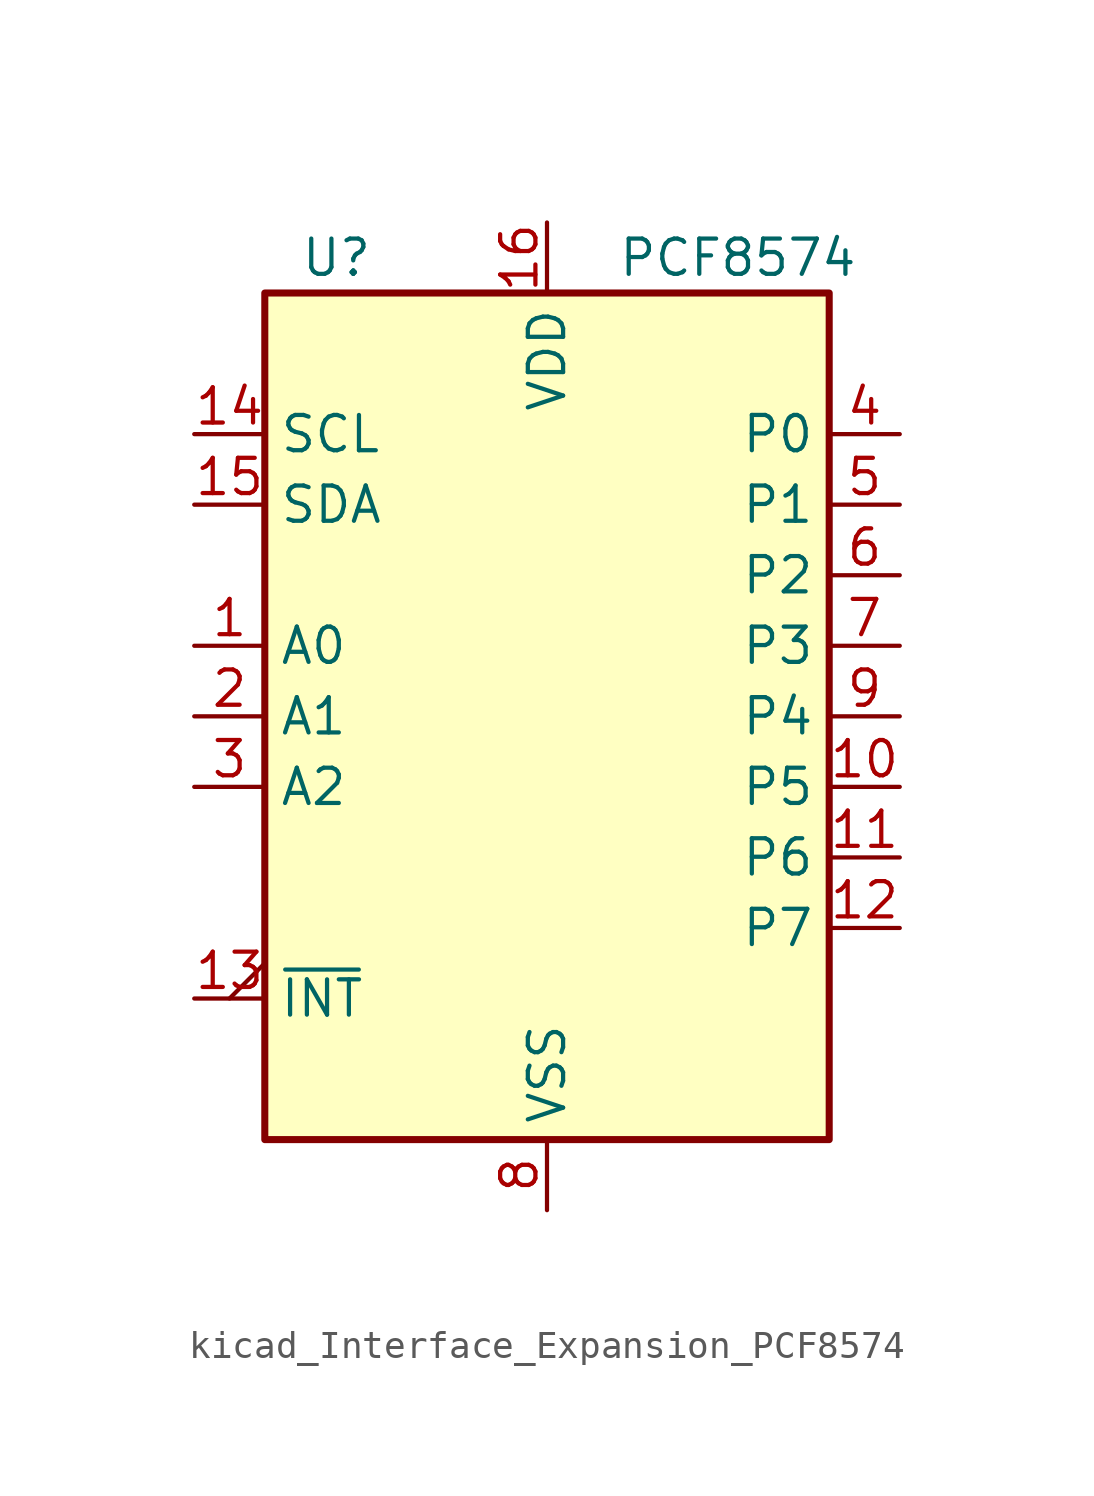
<source format=kicad_sym>
(kicad_symbol_lib
  (version 20220914)
  (generator kicad_symbol_editor)
  (symbol "kicad_Interface_Expansion_PCF8574"
    (property "Reference" "U"
      (at -8.89 16.51 0)
      (effects (font (size 1.27 1.27)) (justify left)))
    (property "Value" "PCF8574"
      (at 2.54 16.51 0)
      (effects (font (size 1.27 1.27)) (justify left)))
    (symbol "kicad_Interface_Expansion_PCF8574_0_1"
      (rectangle (start -10.16 15.24) (end 10.16 -15.24) (stroke (width 0.254) (type default)) (fill (type background))))
    (symbol "kicad_Interface_Expansion_PCF8574_1_1"
      (pin input line (at -12.7 2.54 0) (length 2.54) (name "A0" (effects (font (size 1.27 1.27)))) (number "1" (effects (font (size 1.27 1.27)))))
      (pin bidirectional line (at 12.7 -2.54 180) (length 2.54) (name "P5" (effects (font (size 1.27 1.27)))) (number "10" (effects (font (size 1.27 1.27)))))
      (pin bidirectional line (at 12.7 -5.08 180) (length 2.54) (name "P6" (effects (font (size 1.27 1.27)))) (number "11" (effects (font (size 1.27 1.27)))))
      (pin bidirectional line (at 12.7 -7.62 180) (length 2.54) (name "P7" (effects (font (size 1.27 1.27)))) (number "12" (effects (font (size 1.27 1.27)))))
      (pin open_collector output_low (at -12.7 -10.16 0) (length 2.54) (name "~{INT}" (effects (font (size 1.27 1.27)))) (number "13" (effects (font (size 1.27 1.27)))))
      (pin input line (at -12.7 10.16 0) (length 2.54) (name "SCL" (effects (font (size 1.27 1.27)))) (number "14" (effects (font (size 1.27 1.27)))))
      (pin bidirectional line (at -12.7 7.62 0) (length 2.54) (name "SDA" (effects (font (size 1.27 1.27)))) (number "15" (effects (font (size 1.27 1.27)))))
      (pin power_in line (at 0 17.78 270) (length 2.54) (name "VDD" (effects (font (size 1.27 1.27)))) (number "16" (effects (font (size 1.27 1.27)))))
      (pin input line (at -12.7 0 0) (length 2.54) (name "A1" (effects (font (size 1.27 1.27)))) (number "2" (effects (font (size 1.27 1.27)))))
      (pin input line (at -12.7 -2.54 0) (length 2.54) (name "A2" (effects (font (size 1.27 1.27)))) (number "3" (effects (font (size 1.27 1.27)))))
      (pin bidirectional line (at 12.7 10.16 180) (length 2.54) (name "P0" (effects (font (size 1.27 1.27)))) (number "4" (effects (font (size 1.27 1.27)))))
      (pin bidirectional line (at 12.7 7.62 180) (length 2.54) (name "P1" (effects (font (size 1.27 1.27)))) (number "5" (effects (font (size 1.27 1.27)))))
      (pin bidirectional line (at 12.7 5.08 180) (length 2.54) (name "P2" (effects (font (size 1.27 1.27)))) (number "6" (effects (font (size 1.27 1.27)))))
      (pin bidirectional line (at 12.7 2.54 180) (length 2.54) (name "P3" (effects (font (size 1.27 1.27)))) (number "7" (effects (font (size 1.27 1.27)))))
      (pin power_in line (at 0 -17.78 90) (length 2.54) (name "VSS" (effects (font (size 1.27 1.27)))) (number "8" (effects (font (size 1.27 1.27)))))
      (pin bidirectional line (at 12.7 0 180) (length 2.54) (name "P4" (effects (font (size 1.27 1.27)))) (number "9" (effects (font (size 1.27 1.27))))))))
</source>
